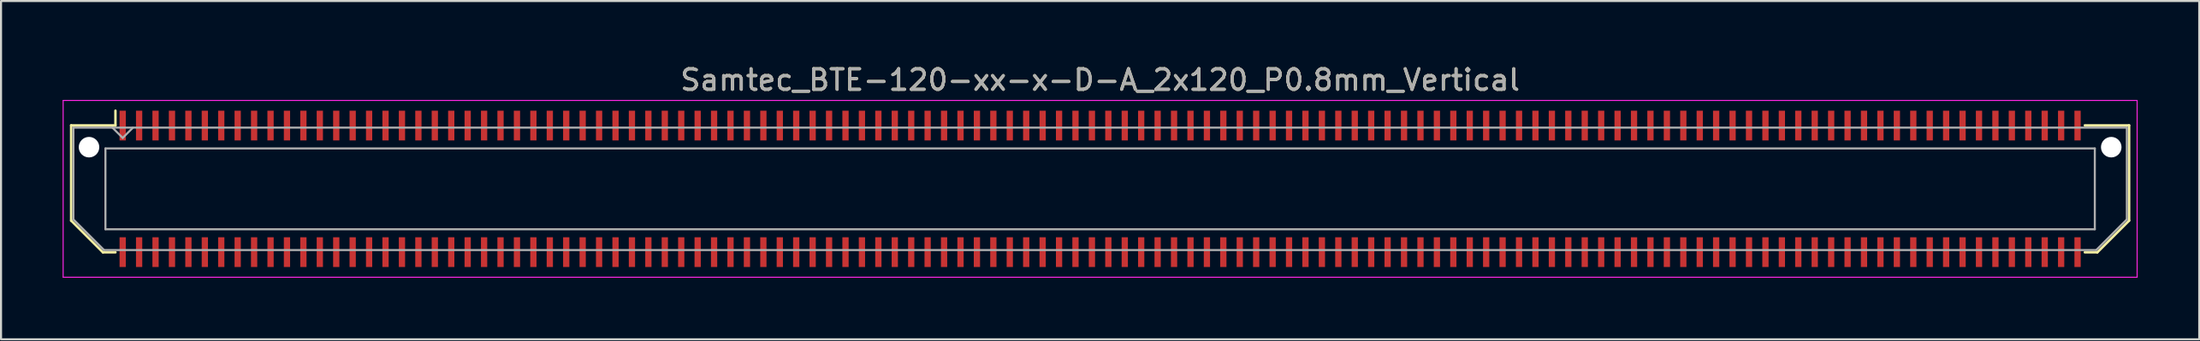
<source format=kicad_pcb>
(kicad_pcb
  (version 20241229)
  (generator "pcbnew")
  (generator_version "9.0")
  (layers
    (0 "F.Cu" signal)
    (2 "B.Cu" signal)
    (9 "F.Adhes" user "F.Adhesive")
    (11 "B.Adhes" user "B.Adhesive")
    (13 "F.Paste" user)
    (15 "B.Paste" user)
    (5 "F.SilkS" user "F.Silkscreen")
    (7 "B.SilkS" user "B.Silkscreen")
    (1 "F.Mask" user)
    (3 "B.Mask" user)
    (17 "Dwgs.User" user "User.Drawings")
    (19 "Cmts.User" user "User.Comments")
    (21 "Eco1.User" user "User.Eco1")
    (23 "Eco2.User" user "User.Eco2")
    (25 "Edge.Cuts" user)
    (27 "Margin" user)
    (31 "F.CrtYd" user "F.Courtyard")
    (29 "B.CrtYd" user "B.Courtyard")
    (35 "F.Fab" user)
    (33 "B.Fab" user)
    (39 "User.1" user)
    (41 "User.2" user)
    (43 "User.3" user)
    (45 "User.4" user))
  (footprint "Samtec_BTE-120-xx-x-D-A_2x120_P0.8mm_Vertical"
    (layer "F.Cu")
    (at 50.525 6.158)
    (property "Reference" "Samtec_BTE-120-xx-x-D-A_2x120_P0.8mm_Vertical" (at 0 -5.31 0) (layer "F.SilkS") (effects (font (size 1 1) (thickness 0.15))))
    (attr smd)
    (fp_line (start -50.11 -3.095) (end -50.11 1.548) (stroke (width 0.12) (type solid)) (layer "F.SilkS"))
    (fp_line (start -50.11 1.548) (end -48.562 3.095) (stroke (width 0.12) (type solid)) (layer "F.SilkS"))
    (fp_line (start -48.562 3.095) (end -47.953 3.095) (stroke (width 0.12) (type solid)) (layer "F.SilkS"))
    (fp_line (start -47.953 -3.811) (end -47.953 -3.095) (stroke (width 0.12) (type solid)) (layer "F.SilkS"))
    (fp_line (start -47.953 -3.095) (end -50.11 -3.095) (stroke (width 0.12) (type solid)) (layer "F.SilkS"))
    (fp_line (start 47.953 -3.095) (end 50.11 -3.095) (stroke (width 0.12) (type solid)) (layer "F.SilkS"))
    (fp_line (start 48.562 3.095) (end 47.953 3.095) (stroke (width 0.12) (type solid)) (layer "F.SilkS"))
    (fp_line (start 50.11 -3.095) (end 50.11 1.548) (stroke (width 0.12) (type solid)) (layer "F.SilkS"))
    (fp_line (start 50.11 1.548) (end 48.562 3.095) (stroke (width 0.12) (type solid)) (layer "F.SilkS"))
    (fp_line (start -50.5 -4.31) (end -50.5 4.31) (stroke (width 0.05) (type solid)) (layer "F.CrtYd"))
    (fp_line (start -50.5 4.31) (end 50.5 4.31) (stroke (width 0.05) (type solid)) (layer "F.CrtYd"))
    (fp_line (start 50.5 -4.31) (end -50.5 -4.31) (stroke (width 0.05) (type solid)) (layer "F.CrtYd"))
    (fp_line (start 50.5 4.31) (end 50.5 -4.31) (stroke (width 0.05) (type solid)) (layer "F.CrtYd"))
    (fp_line (start -50 -2.985) (end -50 1.492) (stroke (width 0.1) (type solid)) (layer "F.Fab"))
    (fp_line (start -50 -2.985) (end 50 -2.985) (stroke (width 0.1) (type solid)) (layer "F.Fab"))
    (fp_line (start -50 1.492) (end -48.508 2.985) (stroke (width 0.1) (type solid)) (layer "F.Fab"))
    (fp_line (start -48.508 2.985) (end 48.508 2.985) (stroke (width 0.1) (type solid)) (layer "F.Fab"))
    (fp_line (start -48.44 -1.97) (end -48.44 1.97) (stroke (width 0.1) (type solid)) (layer "F.Fab"))
    (fp_line (start -48.44 1.97) (end 48.44 1.97) (stroke (width 0.1) (type solid)) (layer "F.Fab"))
    (fp_line (start -47.6 -2.485) (end -48.1 -2.985) (stroke (width 0.1) (type solid)) (layer "F.Fab"))
    (fp_line (start -47.1 -2.985) (end -47.6 -2.485) (stroke (width 0.1) (type solid)) (layer "F.Fab"))
    (fp_line (start 48.44 -1.97) (end -48.44 -1.97) (stroke (width 0.1) (type solid)) (layer "F.Fab"))
    (fp_line (start 48.44 1.97) (end 48.44 -1.97) (stroke (width 0.1) (type solid)) (layer "F.Fab"))
    (fp_line (start 50 -2.985) (end 50 1.492) (stroke (width 0.1) (type solid)) (layer "F.Fab"))
    (fp_line (start 50 1.492) (end 48.508 2.985) (stroke (width 0.1) (type solid)) (layer "F.Fab"))
    (fp_text user "${REFERENCE}" (at 0 -5.31 0) (layer "F.Fab") (effects (font (size 1 1) (thickness 0.15))))
    (pad "" np_thru_hole circle (at -49.24 -2.032) (size 1 1) (drill 1) (layers "*.Cu" "*.Mask"))
    (pad "" np_thru_hole circle (at 49.24 -2.032) (size 1 1) (drill 1) (layers "*.Cu" "*.Mask"))
    (pad "1" smd rect (at -47.6 -3.086) (size 0.305 1.45) (layers "F.Cu" "F.Mask" "F.Paste"))
    (pad "2" smd rect (at -47.6 3.086) (size 0.305 1.45) (layers "F.Cu" "F.Mask" "F.Paste"))
    (pad "3" smd rect (at -46.8 -3.086) (size 0.305 1.45) (layers "F.Cu" "F.Mask" "F.Paste"))
    (pad "4" smd rect (at -46.8 3.086) (size 0.305 1.45) (layers "F.Cu" "F.Mask" "F.Paste"))
    (pad "5" smd rect (at -46 -3.086) (size 0.305 1.45) (layers "F.Cu" "F.Mask" "F.Paste"))
    (pad "6" smd rect (at -46 3.086) (size 0.305 1.45) (layers "F.Cu" "F.Mask" "F.Paste"))
    (pad "7" smd rect (at -45.2 -3.086) (size 0.305 1.45) (layers "F.Cu" "F.Mask" "F.Paste"))
    (pad "8" smd rect (at -45.2 3.086) (size 0.305 1.45) (layers "F.Cu" "F.Mask" "F.Paste"))
    (pad "9" smd rect (at -44.4 -3.086) (size 0.305 1.45) (layers "F.Cu" "F.Mask" "F.Paste"))
    (pad "10" smd rect (at -44.4 3.086) (size 0.305 1.45) (layers "F.Cu" "F.Mask" "F.Paste"))
    (pad "11" smd rect (at -43.6 -3.086) (size 0.305 1.45) (layers "F.Cu" "F.Mask" "F.Paste"))
    (pad "12" smd rect (at -43.6 3.086) (size 0.305 1.45) (layers "F.Cu" "F.Mask" "F.Paste"))
    (pad "13" smd rect (at -42.8 -3.086) (size 0.305 1.45) (layers "F.Cu" "F.Mask" "F.Paste"))
    (pad "14" smd rect (at -42.8 3.086) (size 0.305 1.45) (layers "F.Cu" "F.Mask" "F.Paste"))
    (pad "15" smd rect (at -42 -3.086) (size 0.305 1.45) (layers "F.Cu" "F.Mask" "F.Paste"))
    (pad "16" smd rect (at -42 3.086) (size 0.305 1.45) (layers "F.Cu" "F.Mask" "F.Paste"))
    (pad "17" smd rect (at -41.2 -3.086) (size 0.305 1.45) (layers "F.Cu" "F.Mask" "F.Paste"))
    (pad "18" smd rect (at -41.2 3.086) (size 0.305 1.45) (layers "F.Cu" "F.Mask" "F.Paste"))
    (pad "19" smd rect (at -40.4 -3.086) (size 0.305 1.45) (layers "F.Cu" "F.Mask" "F.Paste"))
    (pad "20" smd rect (at -40.4 3.086) (size 0.305 1.45) (layers "F.Cu" "F.Mask" "F.Paste"))
    (pad "21" smd rect (at -39.6 -3.086) (size 0.305 1.45) (layers "F.Cu" "F.Mask" "F.Paste"))
    (pad "22" smd rect (at -39.6 3.086) (size 0.305 1.45) (layers "F.Cu" "F.Mask" "F.Paste"))
    (pad "23" smd rect (at -38.8 -3.086) (size 0.305 1.45) (layers "F.Cu" "F.Mask" "F.Paste"))
    (pad "24" smd rect (at -38.8 3.086) (size 0.305 1.45) (layers "F.Cu" "F.Mask" "F.Paste"))
    (pad "25" smd rect (at -38 -3.086) (size 0.305 1.45) (layers "F.Cu" "F.Mask" "F.Paste"))
    (pad "26" smd rect (at -38 3.086) (size 0.305 1.45) (layers "F.Cu" "F.Mask" "F.Paste"))
    (pad "27" smd rect (at -37.2 -3.086) (size 0.305 1.45) (layers "F.Cu" "F.Mask" "F.Paste"))
    (pad "28" smd rect (at -37.2 3.086) (size 0.305 1.45) (layers "F.Cu" "F.Mask" "F.Paste"))
    (pad "29" smd rect (at -36.4 -3.086) (size 0.305 1.45) (layers "F.Cu" "F.Mask" "F.Paste"))
    (pad "30" smd rect (at -36.4 3.086) (size 0.305 1.45) (layers "F.Cu" "F.Mask" "F.Paste"))
    (pad "31" smd rect (at -35.6 -3.086) (size 0.305 1.45) (layers "F.Cu" "F.Mask" "F.Paste"))
    (pad "32" smd rect (at -35.6 3.086) (size 0.305 1.45) (layers "F.Cu" "F.Mask" "F.Paste"))
    (pad "33" smd rect (at -34.8 -3.086) (size 0.305 1.45) (layers "F.Cu" "F.Mask" "F.Paste"))
    (pad "34" smd rect (at -34.8 3.086) (size 0.305 1.45) (layers "F.Cu" "F.Mask" "F.Paste"))
    (pad "35" smd rect (at -34 -3.086) (size 0.305 1.45) (layers "F.Cu" "F.Mask" "F.Paste"))
    (pad "36" smd rect (at -34 3.086) (size 0.305 1.45) (layers "F.Cu" "F.Mask" "F.Paste"))
    (pad "37" smd rect (at -33.2 -3.086) (size 0.305 1.45) (layers "F.Cu" "F.Mask" "F.Paste"))
    (pad "38" smd rect (at -33.2 3.086) (size 0.305 1.45) (layers "F.Cu" "F.Mask" "F.Paste"))
    (pad "39" smd rect (at -32.4 -3.086) (size 0.305 1.45) (layers "F.Cu" "F.Mask" "F.Paste"))
    (pad "40" smd rect (at -32.4 3.086) (size 0.305 1.45) (layers "F.Cu" "F.Mask" "F.Paste"))
    (pad "41" smd rect (at -31.6 -3.086) (size 0.305 1.45) (layers "F.Cu" "F.Mask" "F.Paste"))
    (pad "42" smd rect (at -31.6 3.086) (size 0.305 1.45) (layers "F.Cu" "F.Mask" "F.Paste"))
    (pad "43" smd rect (at -30.8 -3.086) (size 0.305 1.45) (layers "F.Cu" "F.Mask" "F.Paste"))
    (pad "44" smd rect (at -30.8 3.086) (size 0.305 1.45) (layers "F.Cu" "F.Mask" "F.Paste"))
    (pad "45" smd rect (at -30 -3.086) (size 0.305 1.45) (layers "F.Cu" "F.Mask" "F.Paste"))
    (pad "46" smd rect (at -30 3.086) (size 0.305 1.45) (layers "F.Cu" "F.Mask" "F.Paste"))
    (pad "47" smd rect (at -29.2 -3.086) (size 0.305 1.45) (layers "F.Cu" "F.Mask" "F.Paste"))
    (pad "48" smd rect (at -29.2 3.086) (size 0.305 1.45) (layers "F.Cu" "F.Mask" "F.Paste"))
    (pad "49" smd rect (at -28.4 -3.086) (size 0.305 1.45) (layers "F.Cu" "F.Mask" "F.Paste"))
    (pad "50" smd rect (at -28.4 3.086) (size 0.305 1.45) (layers "F.Cu" "F.Mask" "F.Paste"))
    (pad "51" smd rect (at -27.6 -3.086) (size 0.305 1.45) (layers "F.Cu" "F.Mask" "F.Paste"))
    (pad "52" smd rect (at -27.6 3.086) (size 0.305 1.45) (layers "F.Cu" "F.Mask" "F.Paste"))
    (pad "53" smd rect (at -26.8 -3.086) (size 0.305 1.45) (layers "F.Cu" "F.Mask" "F.Paste"))
    (pad "54" smd rect (at -26.8 3.086) (size 0.305 1.45) (layers "F.Cu" "F.Mask" "F.Paste"))
    (pad "55" smd rect (at -26 -3.086) (size 0.305 1.45) (layers "F.Cu" "F.Mask" "F.Paste"))
    (pad "56" smd rect (at -26 3.086) (size 0.305 1.45) (layers "F.Cu" "F.Mask" "F.Paste"))
    (pad "57" smd rect (at -25.2 -3.086) (size 0.305 1.45) (layers "F.Cu" "F.Mask" "F.Paste"))
    (pad "58" smd rect (at -25.2 3.086) (size 0.305 1.45) (layers "F.Cu" "F.Mask" "F.Paste"))
    (pad "59" smd rect (at -24.4 -3.086) (size 0.305 1.45) (layers "F.Cu" "F.Mask" "F.Paste"))
    (pad "60" smd rect (at -24.4 3.086) (size 0.305 1.45) (layers "F.Cu" "F.Mask" "F.Paste"))
    (pad "61" smd rect (at -23.6 -3.086) (size 0.305 1.45) (layers "F.Cu" "F.Mask" "F.Paste"))
    (pad "62" smd rect (at -23.6 3.086) (size 0.305 1.45) (layers "F.Cu" "F.Mask" "F.Paste"))
    (pad "63" smd rect (at -22.8 -3.086) (size 0.305 1.45) (layers "F.Cu" "F.Mask" "F.Paste"))
    (pad "64" smd rect (at -22.8 3.086) (size 0.305 1.45) (layers "F.Cu" "F.Mask" "F.Paste"))
    (pad "65" smd rect (at -22 -3.086) (size 0.305 1.45) (layers "F.Cu" "F.Mask" "F.Paste"))
    (pad "66" smd rect (at -22 3.086) (size 0.305 1.45) (layers "F.Cu" "F.Mask" "F.Paste"))
    (pad "67" smd rect (at -21.2 -3.086) (size 0.305 1.45) (layers "F.Cu" "F.Mask" "F.Paste"))
    (pad "68" smd rect (at -21.2 3.086) (size 0.305 1.45) (layers "F.Cu" "F.Mask" "F.Paste"))
    (pad "69" smd rect (at -20.4 -3.086) (size 0.305 1.45) (layers "F.Cu" "F.Mask" "F.Paste"))
    (pad "70" smd rect (at -20.4 3.086) (size 0.305 1.45) (layers "F.Cu" "F.Mask" "F.Paste"))
    (pad "71" smd rect (at -19.6 -3.086) (size 0.305 1.45) (layers "F.Cu" "F.Mask" "F.Paste"))
    (pad "72" smd rect (at -19.6 3.086) (size 0.305 1.45) (layers "F.Cu" "F.Mask" "F.Paste"))
    (pad "73" smd rect (at -18.8 -3.086) (size 0.305 1.45) (layers "F.Cu" "F.Mask" "F.Paste"))
    (pad "74" smd rect (at -18.8 3.086) (size 0.305 1.45) (layers "F.Cu" "F.Mask" "F.Paste"))
    (pad "75" smd rect (at -18 -3.086) (size 0.305 1.45) (layers "F.Cu" "F.Mask" "F.Paste"))
    (pad "76" smd rect (at -18 3.086) (size 0.305 1.45) (layers "F.Cu" "F.Mask" "F.Paste"))
    (pad "77" smd rect (at -17.2 -3.086) (size 0.305 1.45) (layers "F.Cu" "F.Mask" "F.Paste"))
    (pad "78" smd rect (at -17.2 3.086) (size 0.305 1.45) (layers "F.Cu" "F.Mask" "F.Paste"))
    (pad "79" smd rect (at -16.4 -3.086) (size 0.305 1.45) (layers "F.Cu" "F.Mask" "F.Paste"))
    (pad "80" smd rect (at -16.4 3.086) (size 0.305 1.45) (layers "F.Cu" "F.Mask" "F.Paste"))
    (pad "81" smd rect (at -15.6 -3.086) (size 0.305 1.45) (layers "F.Cu" "F.Mask" "F.Paste"))
    (pad "82" smd rect (at -15.6 3.086) (size 0.305 1.45) (layers "F.Cu" "F.Mask" "F.Paste"))
    (pad "83" smd rect (at -14.8 -3.086) (size 0.305 1.45) (layers "F.Cu" "F.Mask" "F.Paste"))
    (pad "84" smd rect (at -14.8 3.086) (size 0.305 1.45) (layers "F.Cu" "F.Mask" "F.Paste"))
    (pad "85" smd rect (at -14 -3.086) (size 0.305 1.45) (layers "F.Cu" "F.Mask" "F.Paste"))
    (pad "86" smd rect (at -14 3.086) (size 0.305 1.45) (layers "F.Cu" "F.Mask" "F.Paste"))
    (pad "87" smd rect (at -13.2 -3.086) (size 0.305 1.45) (layers "F.Cu" "F.Mask" "F.Paste"))
    (pad "88" smd rect (at -13.2 3.086) (size 0.305 1.45) (layers "F.Cu" "F.Mask" "F.Paste"))
    (pad "89" smd rect (at -12.4 -3.086) (size 0.305 1.45) (layers "F.Cu" "F.Mask" "F.Paste"))
    (pad "90" smd rect (at -12.4 3.086) (size 0.305 1.45) (layers "F.Cu" "F.Mask" "F.Paste"))
    (pad "91" smd rect (at -11.6 -3.086) (size 0.305 1.45) (layers "F.Cu" "F.Mask" "F.Paste"))
    (pad "92" smd rect (at -11.6 3.086) (size 0.305 1.45) (layers "F.Cu" "F.Mask" "F.Paste"))
    (pad "93" smd rect (at -10.8 -3.086) (size 0.305 1.45) (layers "F.Cu" "F.Mask" "F.Paste"))
    (pad "94" smd rect (at -10.8 3.086) (size 0.305 1.45) (layers "F.Cu" "F.Mask" "F.Paste"))
    (pad "95" smd rect (at -10 -3.086) (size 0.305 1.45) (layers "F.Cu" "F.Mask" "F.Paste"))
    (pad "96" smd rect (at -10 3.086) (size 0.305 1.45) (layers "F.Cu" "F.Mask" "F.Paste"))
    (pad "97" smd rect (at -9.2 -3.086) (size 0.305 1.45) (layers "F.Cu" "F.Mask" "F.Paste"))
    (pad "98" smd rect (at -9.2 3.086) (size 0.305 1.45) (layers "F.Cu" "F.Mask" "F.Paste"))
    (pad "99" smd rect (at -8.4 -3.086) (size 0.305 1.45) (layers "F.Cu" "F.Mask" "F.Paste"))
    (pad "100" smd rect (at -8.4 3.086) (size 0.305 1.45) (layers "F.Cu" "F.Mask" "F.Paste"))
    (pad "101" smd rect (at -7.6 -3.086) (size 0.305 1.45) (layers "F.Cu" "F.Mask" "F.Paste"))
    (pad "102" smd rect (at -7.6 3.086) (size 0.305 1.45) (layers "F.Cu" "F.Mask" "F.Paste"))
    (pad "103" smd rect (at -6.8 -3.086) (size 0.305 1.45) (layers "F.Cu" "F.Mask" "F.Paste"))
    (pad "104" smd rect (at -6.8 3.086) (size 0.305 1.45) (layers "F.Cu" "F.Mask" "F.Paste"))
    (pad "105" smd rect (at -6 -3.086) (size 0.305 1.45) (layers "F.Cu" "F.Mask" "F.Paste"))
    (pad "106" smd rect (at -6 3.086) (size 0.305 1.45) (layers "F.Cu" "F.Mask" "F.Paste"))
    (pad "107" smd rect (at -5.2 -3.086) (size 0.305 1.45) (layers "F.Cu" "F.Mask" "F.Paste"))
    (pad "108" smd rect (at -5.2 3.086) (size 0.305 1.45) (layers "F.Cu" "F.Mask" "F.Paste"))
    (pad "109" smd rect (at -4.4 -3.086) (size 0.305 1.45) (layers "F.Cu" "F.Mask" "F.Paste"))
    (pad "110" smd rect (at -4.4 3.086) (size 0.305 1.45) (layers "F.Cu" "F.Mask" "F.Paste"))
    (pad "111" smd rect (at -3.6 -3.086) (size 0.305 1.45) (layers "F.Cu" "F.Mask" "F.Paste"))
    (pad "112" smd rect (at -3.6 3.086) (size 0.305 1.45) (layers "F.Cu" "F.Mask" "F.Paste"))
    (pad "113" smd rect (at -2.8 -3.086) (size 0.305 1.45) (layers "F.Cu" "F.Mask" "F.Paste"))
    (pad "114" smd rect (at -2.8 3.086) (size 0.305 1.45) (layers "F.Cu" "F.Mask" "F.Paste"))
    (pad "115" smd rect (at -2 -3.086) (size 0.305 1.45) (layers "F.Cu" "F.Mask" "F.Paste"))
    (pad "116" smd rect (at -2 3.086) (size 0.305 1.45) (layers "F.Cu" "F.Mask" "F.Paste"))
    (pad "117" smd rect (at -1.2 -3.086) (size 0.305 1.45) (layers "F.Cu" "F.Mask" "F.Paste"))
    (pad "118" smd rect (at -1.2 3.086) (size 0.305 1.45) (layers "F.Cu" "F.Mask" "F.Paste"))
    (pad "119" smd rect (at -0.4 -3.086) (size 0.305 1.45) (layers "F.Cu" "F.Mask" "F.Paste"))
    (pad "120" smd rect (at -0.4 3.086) (size 0.305 1.45) (layers "F.Cu" "F.Mask" "F.Paste"))
    (pad "121" smd rect (at 0.4 -3.086) (size 0.305 1.45) (layers "F.Cu" "F.Mask" "F.Paste"))
    (pad "122" smd rect (at 0.4 3.086) (size 0.305 1.45) (layers "F.Cu" "F.Mask" "F.Paste"))
    (pad "123" smd rect (at 1.2 -3.086) (size 0.305 1.45) (layers "F.Cu" "F.Mask" "F.Paste"))
    (pad "124" smd rect (at 1.2 3.086) (size 0.305 1.45) (layers "F.Cu" "F.Mask" "F.Paste"))
    (pad "125" smd rect (at 2 -3.086) (size 0.305 1.45) (layers "F.Cu" "F.Mask" "F.Paste"))
    (pad "126" smd rect (at 2 3.086) (size 0.305 1.45) (layers "F.Cu" "F.Mask" "F.Paste"))
    (pad "127" smd rect (at 2.8 -3.086) (size 0.305 1.45) (layers "F.Cu" "F.Mask" "F.Paste"))
    (pad "128" smd rect (at 2.8 3.086) (size 0.305 1.45) (layers "F.Cu" "F.Mask" "F.Paste"))
    (pad "129" smd rect (at 3.6 -3.086) (size 0.305 1.45) (layers "F.Cu" "F.Mask" "F.Paste"))
    (pad "130" smd rect (at 3.6 3.086) (size 0.305 1.45) (layers "F.Cu" "F.Mask" "F.Paste"))
    (pad "131" smd rect (at 4.4 -3.086) (size 0.305 1.45) (layers "F.Cu" "F.Mask" "F.Paste"))
    (pad "132" smd rect (at 4.4 3.086) (size 0.305 1.45) (layers "F.Cu" "F.Mask" "F.Paste"))
    (pad "133" smd rect (at 5.2 -3.086) (size 0.305 1.45) (layers "F.Cu" "F.Mask" "F.Paste"))
    (pad "134" smd rect (at 5.2 3.086) (size 0.305 1.45) (layers "F.Cu" "F.Mask" "F.Paste"))
    (pad "135" smd rect (at 6 -3.086) (size 0.305 1.45) (layers "F.Cu" "F.Mask" "F.Paste"))
    (pad "136" smd rect (at 6 3.086) (size 0.305 1.45) (layers "F.Cu" "F.Mask" "F.Paste"))
    (pad "137" smd rect (at 6.8 -3.086) (size 0.305 1.45) (layers "F.Cu" "F.Mask" "F.Paste"))
    (pad "138" smd rect (at 6.8 3.086) (size 0.305 1.45) (layers "F.Cu" "F.Mask" "F.Paste"))
    (pad "139" smd rect (at 7.6 -3.086) (size 0.305 1.45) (layers "F.Cu" "F.Mask" "F.Paste"))
    (pad "140" smd rect (at 7.6 3.086) (size 0.305 1.45) (layers "F.Cu" "F.Mask" "F.Paste"))
    (pad "141" smd rect (at 8.4 -3.086) (size 0.305 1.45) (layers "F.Cu" "F.Mask" "F.Paste"))
    (pad "142" smd rect (at 8.4 3.086) (size 0.305 1.45) (layers "F.Cu" "F.Mask" "F.Paste"))
    (pad "143" smd rect (at 9.2 -3.086) (size 0.305 1.45) (layers "F.Cu" "F.Mask" "F.Paste"))
    (pad "144" smd rect (at 9.2 3.086) (size 0.305 1.45) (layers "F.Cu" "F.Mask" "F.Paste"))
    (pad "145" smd rect (at 10 -3.086) (size 0.305 1.45) (layers "F.Cu" "F.Mask" "F.Paste"))
    (pad "146" smd rect (at 10 3.086) (size 0.305 1.45) (layers "F.Cu" "F.Mask" "F.Paste"))
    (pad "147" smd rect (at 10.8 -3.086) (size 0.305 1.45) (layers "F.Cu" "F.Mask" "F.Paste"))
    (pad "148" smd rect (at 10.8 3.086) (size 0.305 1.45) (layers "F.Cu" "F.Mask" "F.Paste"))
    (pad "149" smd rect (at 11.6 -3.086) (size 0.305 1.45) (layers "F.Cu" "F.Mask" "F.Paste"))
    (pad "150" smd rect (at 11.6 3.086) (size 0.305 1.45) (layers "F.Cu" "F.Mask" "F.Paste"))
    (pad "151" smd rect (at 12.4 -3.086) (size 0.305 1.45) (layers "F.Cu" "F.Mask" "F.Paste"))
    (pad "152" smd rect (at 12.4 3.086) (size 0.305 1.45) (layers "F.Cu" "F.Mask" "F.Paste"))
    (pad "153" smd rect (at 13.2 -3.086) (size 0.305 1.45) (layers "F.Cu" "F.Mask" "F.Paste"))
    (pad "154" smd rect (at 13.2 3.086) (size 0.305 1.45) (layers "F.Cu" "F.Mask" "F.Paste"))
    (pad "155" smd rect (at 14 -3.086) (size 0.305 1.45) (layers "F.Cu" "F.Mask" "F.Paste"))
    (pad "156" smd rect (at 14 3.086) (size 0.305 1.45) (layers "F.Cu" "F.Mask" "F.Paste"))
    (pad "157" smd rect (at 14.8 -3.086) (size 0.305 1.45) (layers "F.Cu" "F.Mask" "F.Paste"))
    (pad "158" smd rect (at 14.8 3.086) (size 0.305 1.45) (layers "F.Cu" "F.Mask" "F.Paste"))
    (pad "159" smd rect (at 15.6 -3.086) (size 0.305 1.45) (layers "F.Cu" "F.Mask" "F.Paste"))
    (pad "160" smd rect (at 15.6 3.086) (size 0.305 1.45) (layers "F.Cu" "F.Mask" "F.Paste"))
    (pad "161" smd rect (at 16.4 -3.086) (size 0.305 1.45) (layers "F.Cu" "F.Mask" "F.Paste"))
    (pad "162" smd rect (at 16.4 3.086) (size 0.305 1.45) (layers "F.Cu" "F.Mask" "F.Paste"))
    (pad "163" smd rect (at 17.2 -3.086) (size 0.305 1.45) (layers "F.Cu" "F.Mask" "F.Paste"))
    (pad "164" smd rect (at 17.2 3.086) (size 0.305 1.45) (layers "F.Cu" "F.Mask" "F.Paste"))
    (pad "165" smd rect (at 18 -3.086) (size 0.305 1.45) (layers "F.Cu" "F.Mask" "F.Paste"))
    (pad "166" smd rect (at 18 3.086) (size 0.305 1.45) (layers "F.Cu" "F.Mask" "F.Paste"))
    (pad "167" smd rect (at 18.8 -3.086) (size 0.305 1.45) (layers "F.Cu" "F.Mask" "F.Paste"))
    (pad "168" smd rect (at 18.8 3.086) (size 0.305 1.45) (layers "F.Cu" "F.Mask" "F.Paste"))
    (pad "169" smd rect (at 19.6 -3.086) (size 0.305 1.45) (layers "F.Cu" "F.Mask" "F.Paste"))
    (pad "170" smd rect (at 19.6 3.086) (size 0.305 1.45) (layers "F.Cu" "F.Mask" "F.Paste"))
    (pad "171" smd rect (at 20.4 -3.086) (size 0.305 1.45) (layers "F.Cu" "F.Mask" "F.Paste"))
    (pad "172" smd rect (at 20.4 3.086) (size 0.305 1.45) (layers "F.Cu" "F.Mask" "F.Paste"))
    (pad "173" smd rect (at 21.2 -3.086) (size 0.305 1.45) (layers "F.Cu" "F.Mask" "F.Paste"))
    (pad "174" smd rect (at 21.2 3.086) (size 0.305 1.45) (layers "F.Cu" "F.Mask" "F.Paste"))
    (pad "175" smd rect (at 22 -3.086) (size 0.305 1.45) (layers "F.Cu" "F.Mask" "F.Paste"))
    (pad "176" smd rect (at 22 3.086) (size 0.305 1.45) (layers "F.Cu" "F.Mask" "F.Paste"))
    (pad "177" smd rect (at 22.8 -3.086) (size 0.305 1.45) (layers "F.Cu" "F.Mask" "F.Paste"))
    (pad "178" smd rect (at 22.8 3.086) (size 0.305 1.45) (layers "F.Cu" "F.Mask" "F.Paste"))
    (pad "179" smd rect (at 23.6 -3.086) (size 0.305 1.45) (layers "F.Cu" "F.Mask" "F.Paste"))
    (pad "180" smd rect (at 23.6 3.086) (size 0.305 1.45) (layers "F.Cu" "F.Mask" "F.Paste"))
    (pad "181" smd rect (at 24.4 -3.086) (size 0.305 1.45) (layers "F.Cu" "F.Mask" "F.Paste"))
    (pad "182" smd rect (at 24.4 3.086) (size 0.305 1.45) (layers "F.Cu" "F.Mask" "F.Paste"))
    (pad "183" smd rect (at 25.2 -3.086) (size 0.305 1.45) (layers "F.Cu" "F.Mask" "F.Paste"))
    (pad "184" smd rect (at 25.2 3.086) (size 0.305 1.45) (layers "F.Cu" "F.Mask" "F.Paste"))
    (pad "185" smd rect (at 26 -3.086) (size 0.305 1.45) (layers "F.Cu" "F.Mask" "F.Paste"))
    (pad "186" smd rect (at 26 3.086) (size 0.305 1.45) (layers "F.Cu" "F.Mask" "F.Paste"))
    (pad "187" smd rect (at 26.8 -3.086) (size 0.305 1.45) (layers "F.Cu" "F.Mask" "F.Paste"))
    (pad "188" smd rect (at 26.8 3.086) (size 0.305 1.45) (layers "F.Cu" "F.Mask" "F.Paste"))
    (pad "189" smd rect (at 27.6 -3.086) (size 0.305 1.45) (layers "F.Cu" "F.Mask" "F.Paste"))
    (pad "190" smd rect (at 27.6 3.086) (size 0.305 1.45) (layers "F.Cu" "F.Mask" "F.Paste"))
    (pad "191" smd rect (at 28.4 -3.086) (size 0.305 1.45) (layers "F.Cu" "F.Mask" "F.Paste"))
    (pad "192" smd rect (at 28.4 3.086) (size 0.305 1.45) (layers "F.Cu" "F.Mask" "F.Paste"))
    (pad "193" smd rect (at 29.2 -3.086) (size 0.305 1.45) (layers "F.Cu" "F.Mask" "F.Paste"))
    (pad "194" smd rect (at 29.2 3.086) (size 0.305 1.45) (layers "F.Cu" "F.Mask" "F.Paste"))
    (pad "195" smd rect (at 30 -3.086) (size 0.305 1.45) (layers "F.Cu" "F.Mask" "F.Paste"))
    (pad "196" smd rect (at 30 3.086) (size 0.305 1.45) (layers "F.Cu" "F.Mask" "F.Paste"))
    (pad "197" smd rect (at 30.8 -3.086) (size 0.305 1.45) (layers "F.Cu" "F.Mask" "F.Paste"))
    (pad "198" smd rect (at 30.8 3.086) (size 0.305 1.45) (layers "F.Cu" "F.Mask" "F.Paste"))
    (pad "199" smd rect (at 31.6 -3.086) (size 0.305 1.45) (layers "F.Cu" "F.Mask" "F.Paste"))
    (pad "200" smd rect (at 31.6 3.086) (size 0.305 1.45) (layers "F.Cu" "F.Mask" "F.Paste"))
    (pad "201" smd rect (at 32.4 -3.086) (size 0.305 1.45) (layers "F.Cu" "F.Mask" "F.Paste"))
    (pad "202" smd rect (at 32.4 3.086) (size 0.305 1.45) (layers "F.Cu" "F.Mask" "F.Paste"))
    (pad "203" smd rect (at 33.2 -3.086) (size 0.305 1.45) (layers "F.Cu" "F.Mask" "F.Paste"))
    (pad "204" smd rect (at 33.2 3.086) (size 0.305 1.45) (layers "F.Cu" "F.Mask" "F.Paste"))
    (pad "205" smd rect (at 34 -3.086) (size 0.305 1.45) (layers "F.Cu" "F.Mask" "F.Paste"))
    (pad "206" smd rect (at 34 3.086) (size 0.305 1.45) (layers "F.Cu" "F.Mask" "F.Paste"))
    (pad "207" smd rect (at 34.8 -3.086) (size 0.305 1.45) (layers "F.Cu" "F.Mask" "F.Paste"))
    (pad "208" smd rect (at 34.8 3.086) (size 0.305 1.45) (layers "F.Cu" "F.Mask" "F.Paste"))
    (pad "209" smd rect (at 35.6 -3.086) (size 0.305 1.45) (layers "F.Cu" "F.Mask" "F.Paste"))
    (pad "210" smd rect (at 35.6 3.086) (size 0.305 1.45) (layers "F.Cu" "F.Mask" "F.Paste"))
    (pad "211" smd rect (at 36.4 -3.086) (size 0.305 1.45) (layers "F.Cu" "F.Mask" "F.Paste"))
    (pad "212" smd rect (at 36.4 3.086) (size 0.305 1.45) (layers "F.Cu" "F.Mask" "F.Paste"))
    (pad "213" smd rect (at 37.2 -3.086) (size 0.305 1.45) (layers "F.Cu" "F.Mask" "F.Paste"))
    (pad "214" smd rect (at 37.2 3.086) (size 0.305 1.45) (layers "F.Cu" "F.Mask" "F.Paste"))
    (pad "215" smd rect (at 38 -3.086) (size 0.305 1.45) (layers "F.Cu" "F.Mask" "F.Paste"))
    (pad "216" smd rect (at 38 3.086) (size 0.305 1.45) (layers "F.Cu" "F.Mask" "F.Paste"))
    (pad "217" smd rect (at 38.8 -3.086) (size 0.305 1.45) (layers "F.Cu" "F.Mask" "F.Paste"))
    (pad "218" smd rect (at 38.8 3.086) (size 0.305 1.45) (layers "F.Cu" "F.Mask" "F.Paste"))
    (pad "219" smd rect (at 39.6 -3.086) (size 0.305 1.45) (layers "F.Cu" "F.Mask" "F.Paste"))
    (pad "220" smd rect (at 39.6 3.086) (size 0.305 1.45) (layers "F.Cu" "F.Mask" "F.Paste"))
    (pad "221" smd rect (at 40.4 -3.086) (size 0.305 1.45) (layers "F.Cu" "F.Mask" "F.Paste"))
    (pad "222" smd rect (at 40.4 3.086) (size 0.305 1.45) (layers "F.Cu" "F.Mask" "F.Paste"))
    (pad "223" smd rect (at 41.2 -3.086) (size 0.305 1.45) (layers "F.Cu" "F.Mask" "F.Paste"))
    (pad "224" smd rect (at 41.2 3.086) (size 0.305 1.45) (layers "F.Cu" "F.Mask" "F.Paste"))
    (pad "225" smd rect (at 42 -3.086) (size 0.305 1.45) (layers "F.Cu" "F.Mask" "F.Paste"))
    (pad "226" smd rect (at 42 3.086) (size 0.305 1.45) (layers "F.Cu" "F.Mask" "F.Paste"))
    (pad "227" smd rect (at 42.8 -3.086) (size 0.305 1.45) (layers "F.Cu" "F.Mask" "F.Paste"))
    (pad "228" smd rect (at 42.8 3.086) (size 0.305 1.45) (layers "F.Cu" "F.Mask" "F.Paste"))
    (pad "229" smd rect (at 43.6 -3.086) (size 0.305 1.45) (layers "F.Cu" "F.Mask" "F.Paste"))
    (pad "230" smd rect (at 43.6 3.086) (size 0.305 1.45) (layers "F.Cu" "F.Mask" "F.Paste"))
    (pad "231" smd rect (at 44.4 -3.086) (size 0.305 1.45) (layers "F.Cu" "F.Mask" "F.Paste"))
    (pad "232" smd rect (at 44.4 3.086) (size 0.305 1.45) (layers "F.Cu" "F.Mask" "F.Paste"))
    (pad "233" smd rect (at 45.2 -3.086) (size 0.305 1.45) (layers "F.Cu" "F.Mask" "F.Paste"))
    (pad "234" smd rect (at 45.2 3.086) (size 0.305 1.45) (layers "F.Cu" "F.Mask" "F.Paste"))
    (pad "235" smd rect (at 46 -3.086) (size 0.305 1.45) (layers "F.Cu" "F.Mask" "F.Paste"))
    (pad "236" smd rect (at 46 3.086) (size 0.305 1.45) (layers "F.Cu" "F.Mask" "F.Paste"))
    (pad "237" smd rect (at 46.8 -3.086) (size 0.305 1.45) (layers "F.Cu" "F.Mask" "F.Paste"))
    (pad "238" smd rect (at 46.8 3.086) (size 0.305 1.45) (layers "F.Cu" "F.Mask" "F.Paste"))
    (pad "239" smd rect (at 47.6 -3.086) (size 0.305 1.45) (layers "F.Cu" "F.Mask" "F.Paste"))
    (pad "240" smd rect (at 47.6 3.086) (size 0.305 1.45) (layers "F.Cu" "F.Mask" "F.Paste")))
  (gr_rect
    (start -3 -3)
    (end 104.05 13.493)
    (stroke (width 0.1) (type default))
    (fill no)
    (layer "Edge.Cuts")))
</source>
